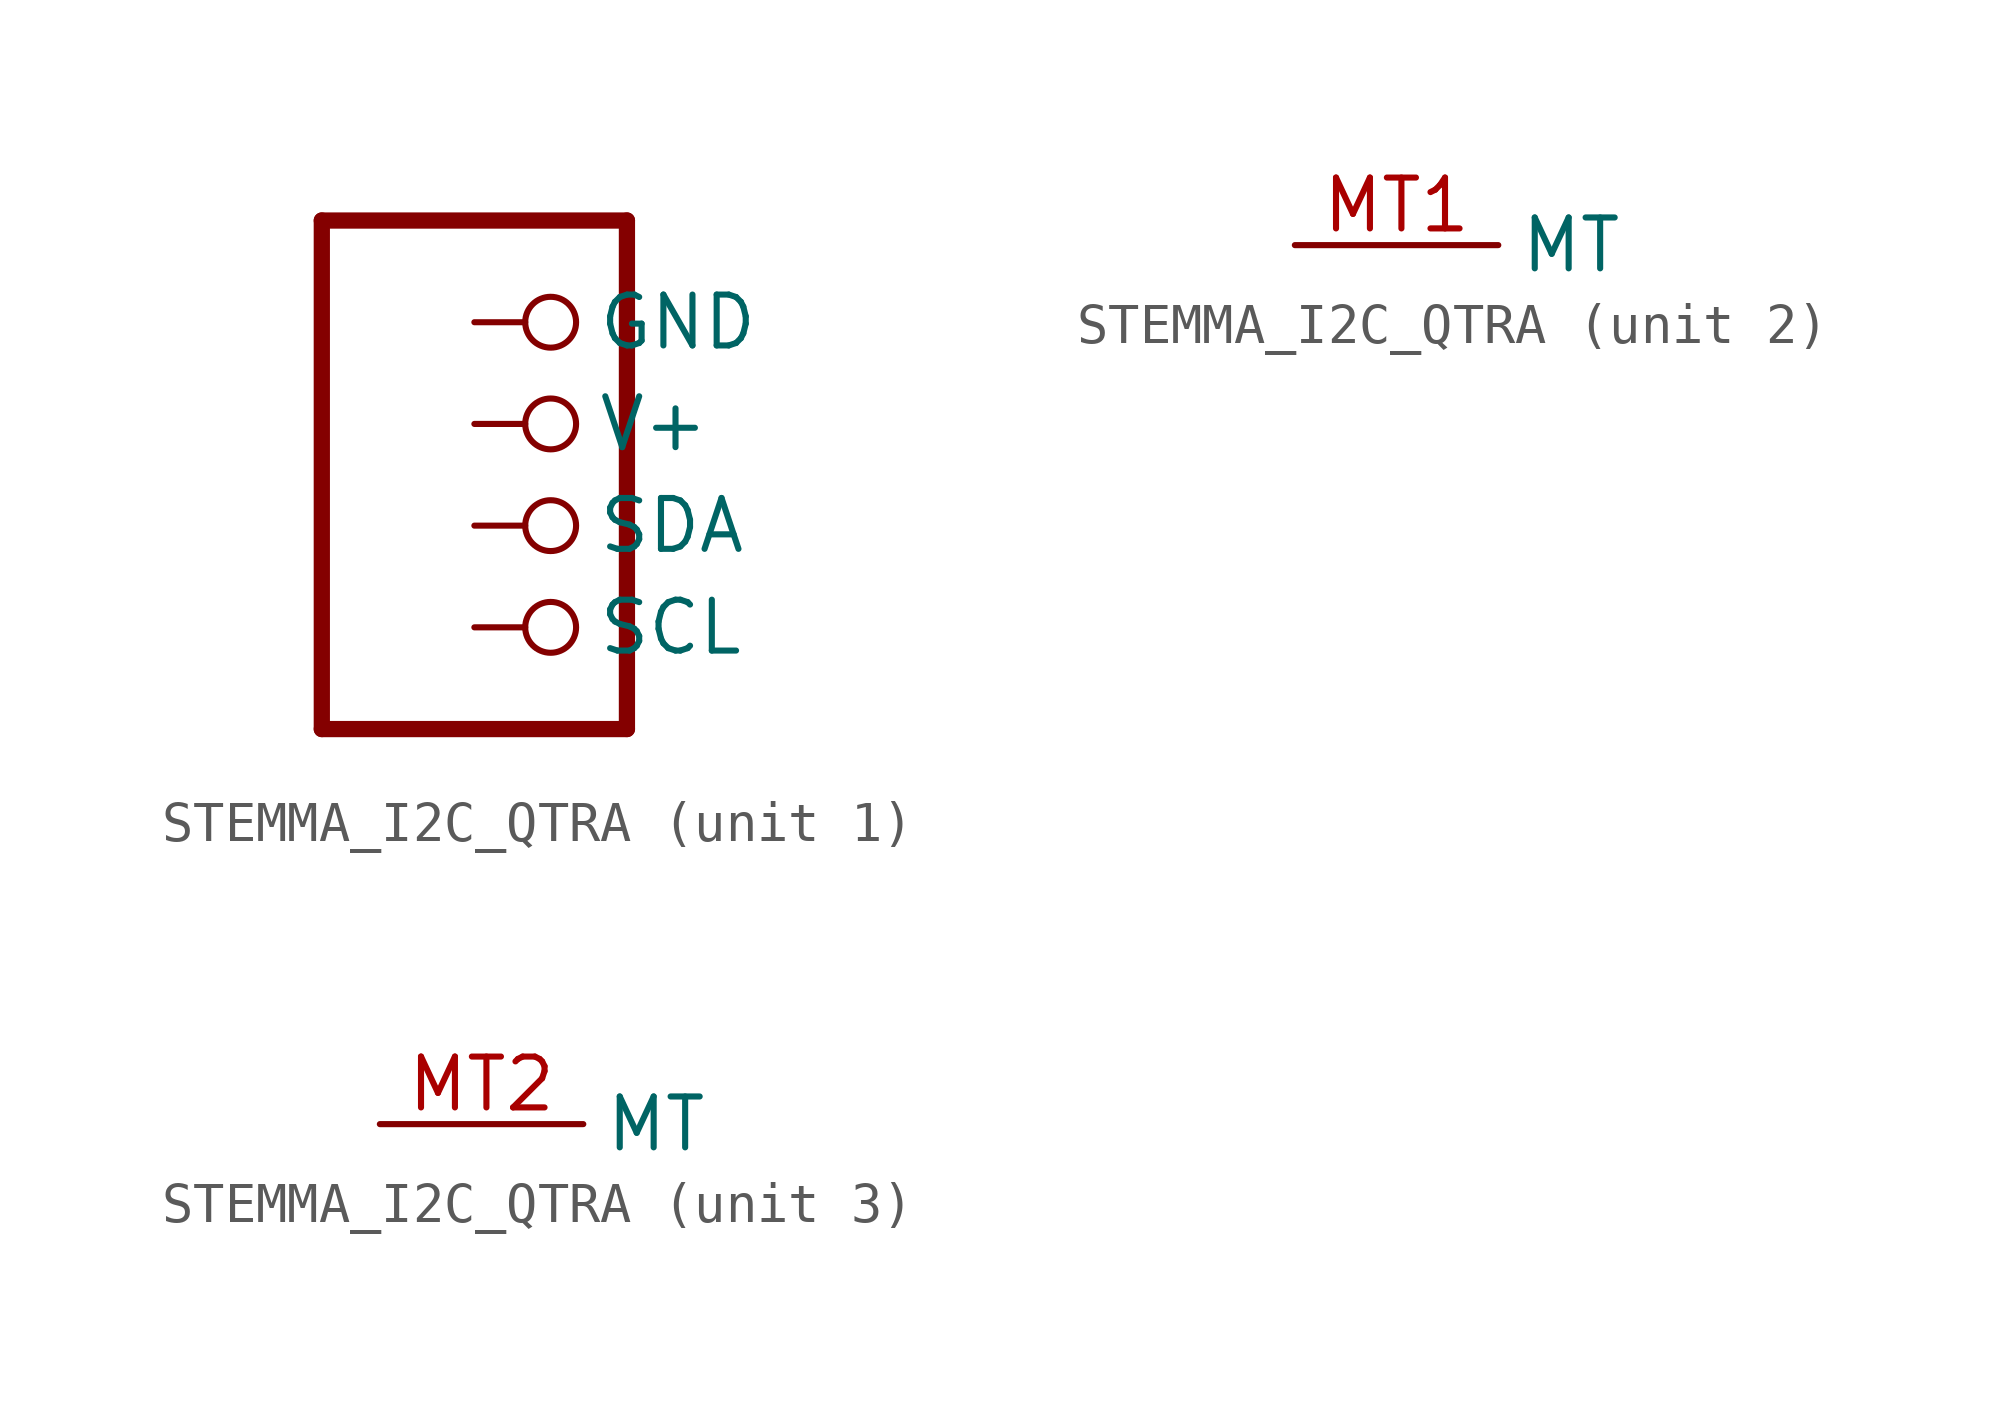
<source format=kicad_sym>
(kicad_symbol_lib
  (version 20211014)
  (generator kicad_symbol_editor)
  (symbol "STEMMA_I2C_QTRA"
    (property "Reference" "CONN"
      (at -3.81 8.255 0)
      (effects (font (size 1.778 1.511)) (justify left bottom) hide))
    (property "ki_locked" ""
      (at 0 0 0)
      (effects (font (size 1.27 1.27))))
    (symbol "STEMMA_I2C_QTRA_1_0"
      (polyline (pts (xy -3.81 -5.08) (xy 3.81 -5.08)) (stroke (width 0.406) (type default) (color 0 0 0 0)) (fill (type none)))
      (polyline (pts (xy -3.81 7.62) (xy -3.81 -5.08)) (stroke (width 0.406) (type default) (color 0 0 0 0)) (fill (type none)))
      (polyline (pts (xy 3.81 -5.08) (xy 3.81 7.62)) (stroke (width 0.406) (type default) (color 0 0 0 0)) (fill (type none)))
      (polyline (pts (xy 3.81 7.62) (xy -3.81 7.62)) (stroke (width 0.406) (type default) (color 0 0 0 0)) (fill (type none)))
      (pin passive inverted (at 0 5.08 0) (length 2.54) (name "GND" (effects (font (size 1.27 1.27)))) (number "1" (effects (font (size 0 0)))))
      (pin passive inverted (at 0 2.54 0) (length 2.54) (name "V+" (effects (font (size 1.27 1.27)))) (number "2" (effects (font (size 0 0)))))
      (pin passive inverted (at 0 0 0) (length 2.54) (name "SDA" (effects (font (size 1.27 1.27)))) (number "3" (effects (font (size 0 0)))))
      (pin passive inverted (at 0 -2.54 0) (length 2.54) (name "SCL" (effects (font (size 1.27 1.27)))) (number "4" (effects (font (size 0 0))))))
    (symbol "STEMMA_I2C_QTRA_2_0"
      (pin bidirectional line (at 0 0 0) (length 5.08) (name "MT" (effects (font (size 1.27 1.27)))) (number "MT1" (effects (font (size 1.27 1.27))))))
    (symbol "STEMMA_I2C_QTRA_3_0"
      (pin bidirectional line (at 0 0 0) (length 5.08) (name "MT" (effects (font (size 1.27 1.27)))) (number "MT2" (effects (font (size 1.27 1.27))))))))
</source>
